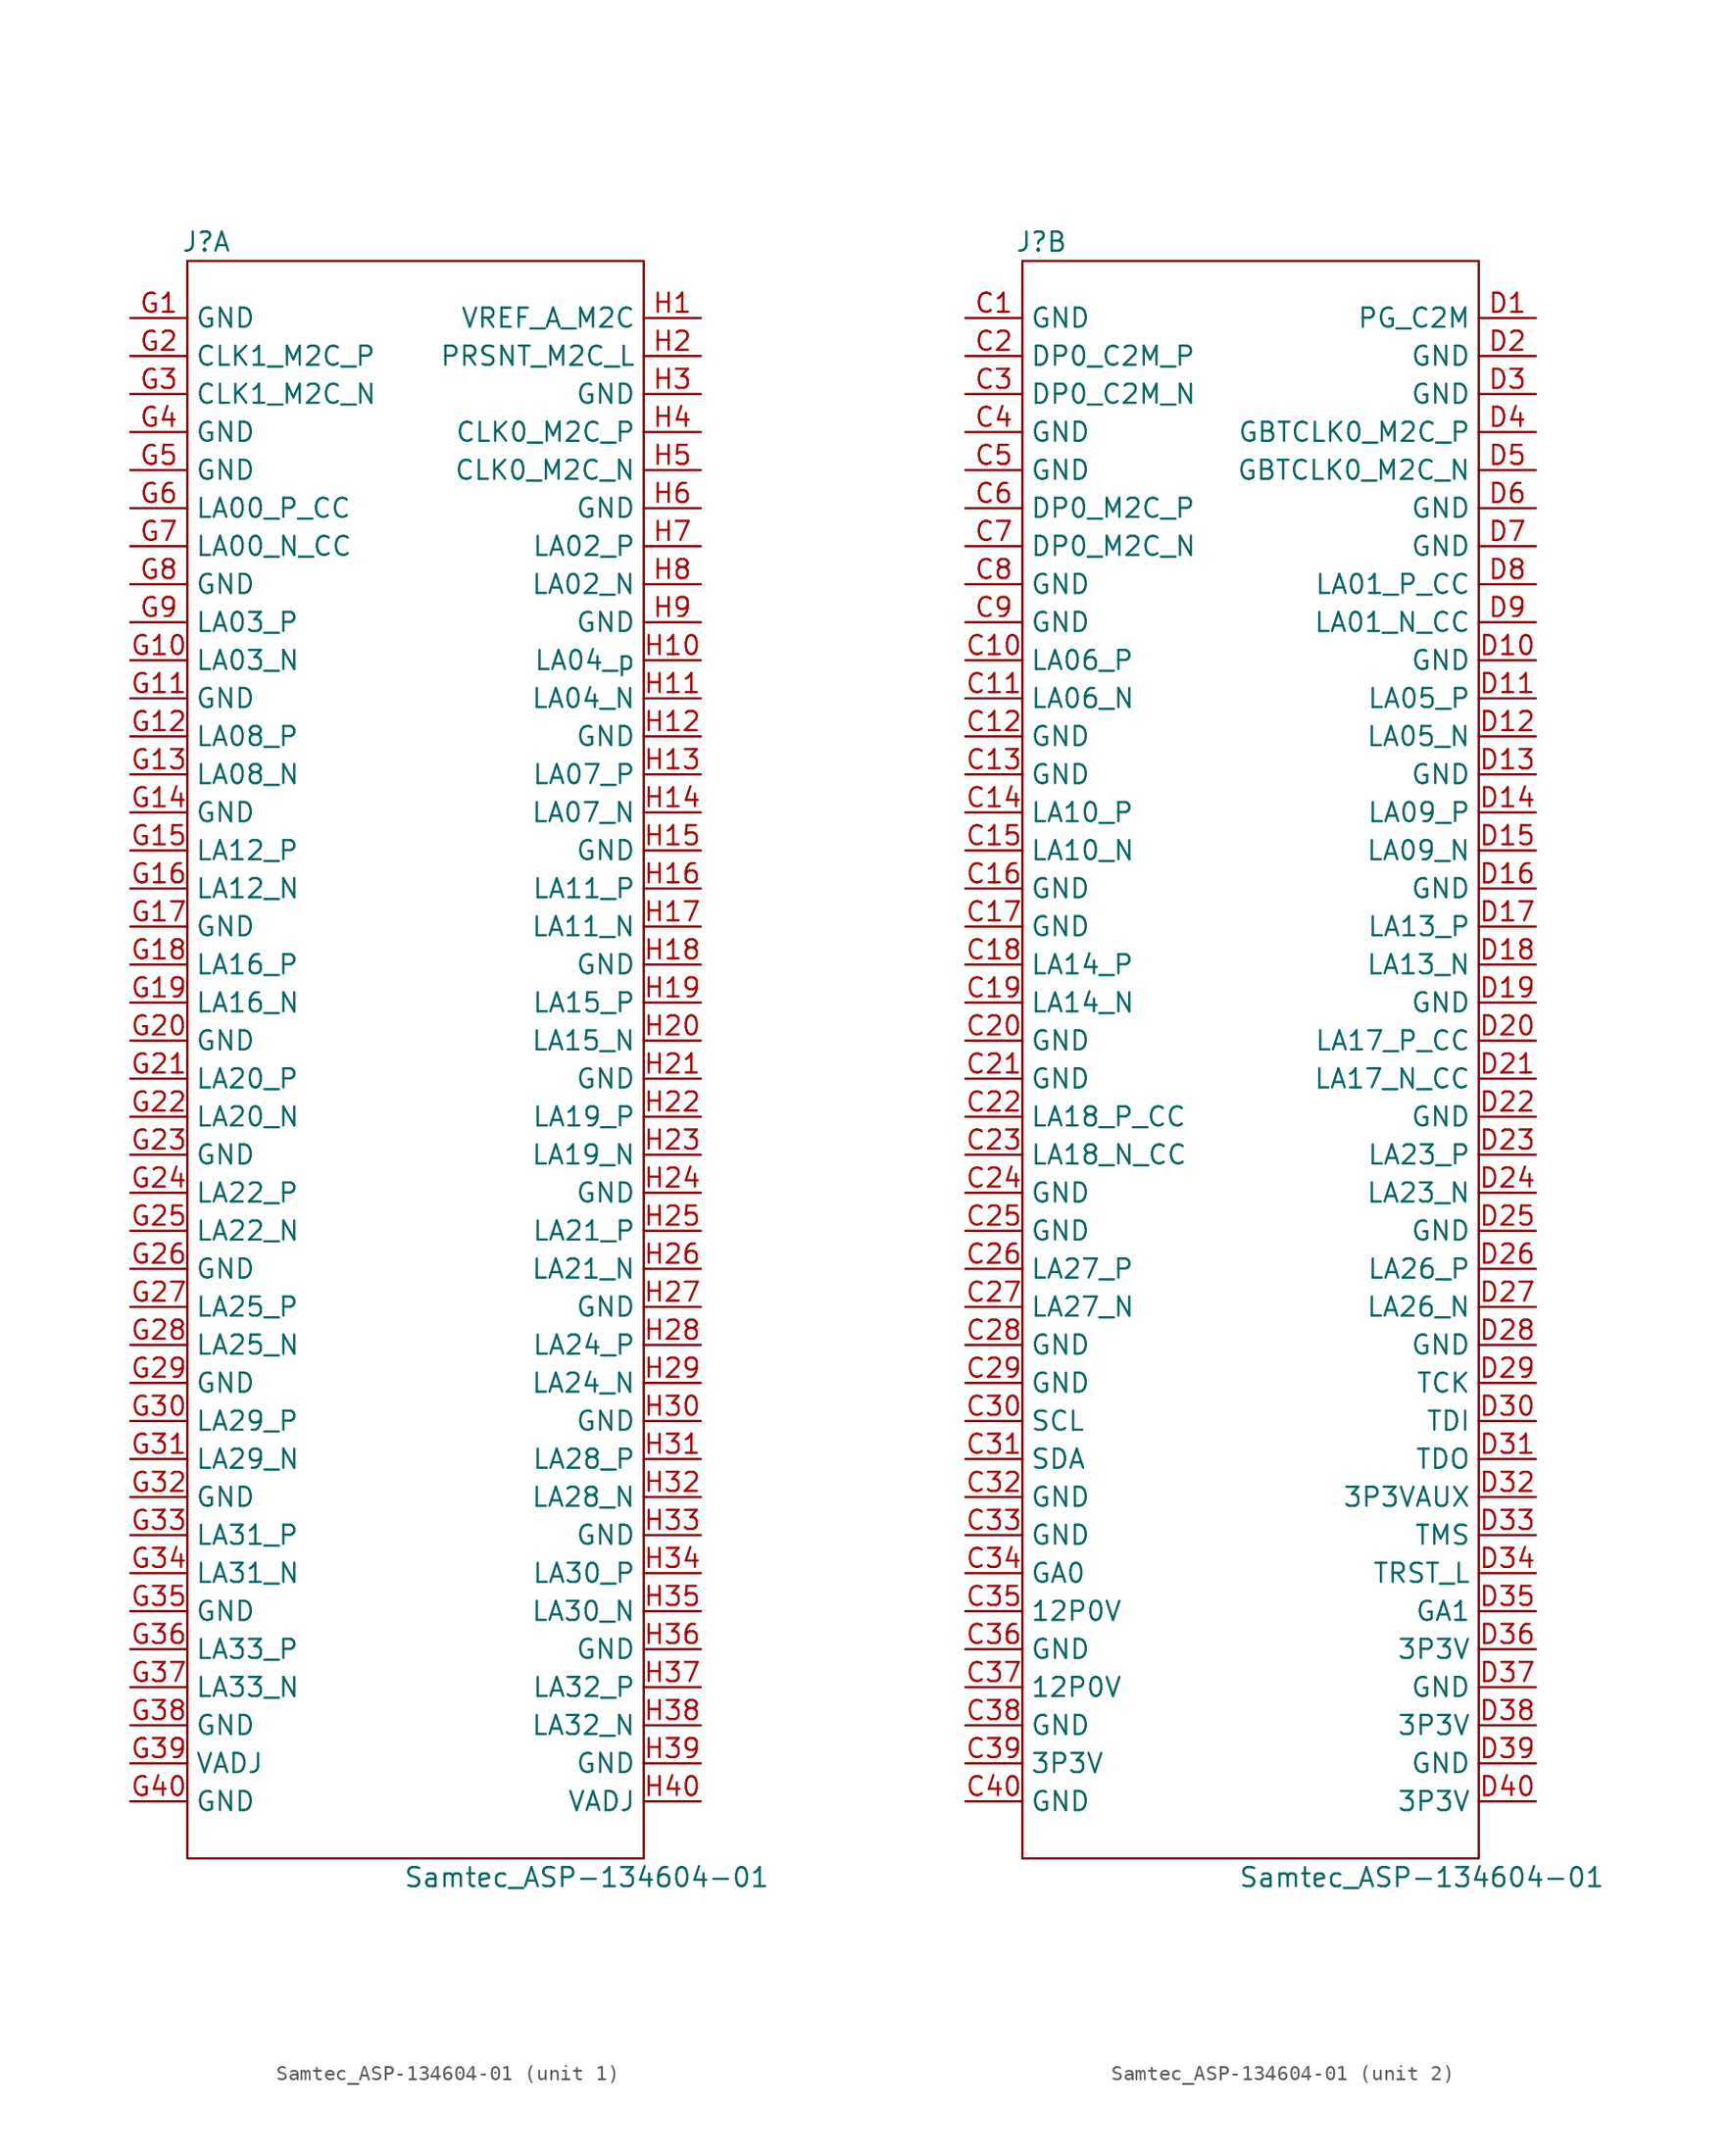
<source format=kicad_sym>
(kicad_symbol_lib
  (version 20211014)
  (generator kicad_symbol_editor)
  (symbol "Samtec_ASP-134604-01"
    (property "Reference" "J"
      (at -13.97 54.61 0)
      (effects (font (size 1.27 1.27))))
    (property "Value" "Samtec_ASP-134604-01"
      (at 11.43 -54.61 0)
      (effects (font (size 1.27 1.27))))
    (property "ki_locked" ""
      (at 0 0 0)
      (effects (font (size 1.27 1.27))))
    (symbol "Samtec_ASP-134604-01_0_1"
      (rectangle (start -15.24 53.34) (end 15.24 -53.34) (stroke (width 0) (type default) (color 0 0 0 0)) (fill (type none))))
    (symbol "Samtec_ASP-134604-01_1_1"
      (pin passive line (at -19.05 49.53 0) (length 3.81) (name "GND" (effects (font (size 1.27 1.27)))) (number "G1" (effects (font (size 1.27 1.27)))))
      (pin passive line (at -19.05 26.67 0) (length 3.81) (name "LA03_N" (effects (font (size 1.27 1.27)))) (number "G10" (effects (font (size 1.27 1.27)))))
      (pin passive line (at -19.05 24.13 0) (length 3.81) (name "GND" (effects (font (size 1.27 1.27)))) (number "G11" (effects (font (size 1.27 1.27)))))
      (pin passive line (at -19.05 21.59 0) (length 3.81) (name "LA08_P" (effects (font (size 1.27 1.27)))) (number "G12" (effects (font (size 1.27 1.27)))))
      (pin passive line (at -19.05 19.05 0) (length 3.81) (name "LA08_N" (effects (font (size 1.27 1.27)))) (number "G13" (effects (font (size 1.27 1.27)))))
      (pin passive line (at -19.05 16.51 0) (length 3.81) (name "GND" (effects (font (size 1.27 1.27)))) (number "G14" (effects (font (size 1.27 1.27)))))
      (pin passive line (at -19.05 13.97 0) (length 3.81) (name "LA12_P" (effects (font (size 1.27 1.27)))) (number "G15" (effects (font (size 1.27 1.27)))))
      (pin passive line (at -19.05 11.43 0) (length 3.81) (name "LA12_N" (effects (font (size 1.27 1.27)))) (number "G16" (effects (font (size 1.27 1.27)))))
      (pin passive line (at -19.05 8.89 0) (length 3.81) (name "GND" (effects (font (size 1.27 1.27)))) (number "G17" (effects (font (size 1.27 1.27)))))
      (pin passive line (at -19.05 6.35 0) (length 3.81) (name "LA16_P" (effects (font (size 1.27 1.27)))) (number "G18" (effects (font (size 1.27 1.27)))))
      (pin passive line (at -19.05 3.81 0) (length 3.81) (name "LA16_N" (effects (font (size 1.27 1.27)))) (number "G19" (effects (font (size 1.27 1.27)))))
      (pin output line (at -19.05 46.99 0) (length 3.81) (name "CLK1_M2C_P" (effects (font (size 1.27 1.27)))) (number "G2" (effects (font (size 1.27 1.27)))))
      (pin passive line (at -19.05 1.27 0) (length 3.81) (name "GND" (effects (font (size 1.27 1.27)))) (number "G20" (effects (font (size 1.27 1.27)))))
      (pin passive line (at -19.05 -1.27 0) (length 3.81) (name "LA20_P" (effects (font (size 1.27 1.27)))) (number "G21" (effects (font (size 1.27 1.27)))))
      (pin passive line (at -19.05 -3.81 0) (length 3.81) (name "LA20_N" (effects (font (size 1.27 1.27)))) (number "G22" (effects (font (size 1.27 1.27)))))
      (pin passive line (at -19.05 -6.35 0) (length 3.81) (name "GND" (effects (font (size 1.27 1.27)))) (number "G23" (effects (font (size 1.27 1.27)))))
      (pin passive line (at -19.05 -8.89 0) (length 3.81) (name "LA22_P" (effects (font (size 1.27 1.27)))) (number "G24" (effects (font (size 1.27 1.27)))))
      (pin passive line (at -19.05 -11.43 0) (length 3.81) (name "LA22_N" (effects (font (size 1.27 1.27)))) (number "G25" (effects (font (size 1.27 1.27)))))
      (pin passive line (at -19.05 -13.97 0) (length 3.81) (name "GND" (effects (font (size 1.27 1.27)))) (number "G26" (effects (font (size 1.27 1.27)))))
      (pin passive line (at -19.05 -16.51 0) (length 3.81) (name "LA25_P" (effects (font (size 1.27 1.27)))) (number "G27" (effects (font (size 1.27 1.27)))))
      (pin passive line (at -19.05 -19.05 0) (length 3.81) (name "LA25_N" (effects (font (size 1.27 1.27)))) (number "G28" (effects (font (size 1.27 1.27)))))
      (pin passive line (at -19.05 -21.59 0) (length 3.81) (name "GND" (effects (font (size 1.27 1.27)))) (number "G29" (effects (font (size 1.27 1.27)))))
      (pin output line (at -19.05 44.45 0) (length 3.81) (name "CLK1_M2C_N" (effects (font (size 1.27 1.27)))) (number "G3" (effects (font (size 1.27 1.27)))))
      (pin passive line (at -19.05 -24.13 0) (length 3.81) (name "LA29_P" (effects (font (size 1.27 1.27)))) (number "G30" (effects (font (size 1.27 1.27)))))
      (pin passive line (at -19.05 -26.67 0) (length 3.81) (name "LA29_N" (effects (font (size 1.27 1.27)))) (number "G31" (effects (font (size 1.27 1.27)))))
      (pin passive line (at -19.05 -29.21 0) (length 3.81) (name "GND" (effects (font (size 1.27 1.27)))) (number "G32" (effects (font (size 1.27 1.27)))))
      (pin passive line (at -19.05 -31.75 0) (length 3.81) (name "LA31_P" (effects (font (size 1.27 1.27)))) (number "G33" (effects (font (size 1.27 1.27)))))
      (pin passive line (at -19.05 -34.29 0) (length 3.81) (name "LA31_N" (effects (font (size 1.27 1.27)))) (number "G34" (effects (font (size 1.27 1.27)))))
      (pin passive line (at -19.05 -36.83 0) (length 3.81) (name "GND" (effects (font (size 1.27 1.27)))) (number "G35" (effects (font (size 1.27 1.27)))))
      (pin passive line (at -19.05 -39.37 0) (length 3.81) (name "LA33_P" (effects (font (size 1.27 1.27)))) (number "G36" (effects (font (size 1.27 1.27)))))
      (pin passive line (at -19.05 -41.91 0) (length 3.81) (name "LA33_N" (effects (font (size 1.27 1.27)))) (number "G37" (effects (font (size 1.27 1.27)))))
      (pin passive line (at -19.05 -44.45 0) (length 3.81) (name "GND" (effects (font (size 1.27 1.27)))) (number "G38" (effects (font (size 1.27 1.27)))))
      (pin passive line (at -19.05 -46.99 0) (length 3.81) (name "VADJ" (effects (font (size 1.27 1.27)))) (number "G39" (effects (font (size 1.27 1.27)))))
      (pin passive line (at -19.05 41.91 0) (length 3.81) (name "GND" (effects (font (size 1.27 1.27)))) (number "G4" (effects (font (size 1.27 1.27)))))
      (pin passive line (at -19.05 -49.53 0) (length 3.81) (name "GND" (effects (font (size 1.27 1.27)))) (number "G40" (effects (font (size 1.27 1.27)))))
      (pin passive line (at -19.05 39.37 0) (length 3.81) (name "GND" (effects (font (size 1.27 1.27)))) (number "G5" (effects (font (size 1.27 1.27)))))
      (pin passive line (at -19.05 36.83 0) (length 3.81) (name "LA00_P_CC" (effects (font (size 1.27 1.27)))) (number "G6" (effects (font (size 1.27 1.27)))))
      (pin passive line (at -19.05 34.29 0) (length 3.81) (name "LA00_N_CC" (effects (font (size 1.27 1.27)))) (number "G7" (effects (font (size 1.27 1.27)))))
      (pin passive line (at -19.05 31.75 0) (length 3.81) (name "GND" (effects (font (size 1.27 1.27)))) (number "G8" (effects (font (size 1.27 1.27)))))
      (pin passive line (at -19.05 29.21 0) (length 3.81) (name "LA03_P" (effects (font (size 1.27 1.27)))) (number "G9" (effects (font (size 1.27 1.27)))))
      (pin passive line (at 19.05 49.53 180) (length 3.81) (name "VREF_A_M2C" (effects (font (size 1.27 1.27)))) (number "H1" (effects (font (size 1.27 1.27)))))
      (pin passive line (at 19.05 26.67 180) (length 3.81) (name "LA04_p" (effects (font (size 1.27 1.27)))) (number "H10" (effects (font (size 1.27 1.27)))))
      (pin passive line (at 19.05 24.13 180) (length 3.81) (name "LA04_N" (effects (font (size 1.27 1.27)))) (number "H11" (effects (font (size 1.27 1.27)))))
      (pin passive line (at 19.05 21.59 180) (length 3.81) (name "GND" (effects (font (size 1.27 1.27)))) (number "H12" (effects (font (size 1.27 1.27)))))
      (pin passive line (at 19.05 19.05 180) (length 3.81) (name "LA07_P" (effects (font (size 1.27 1.27)))) (number "H13" (effects (font (size 1.27 1.27)))))
      (pin passive line (at 19.05 16.51 180) (length 3.81) (name "LA07_N" (effects (font (size 1.27 1.27)))) (number "H14" (effects (font (size 1.27 1.27)))))
      (pin passive line (at 19.05 13.97 180) (length 3.81) (name "GND" (effects (font (size 1.27 1.27)))) (number "H15" (effects (font (size 1.27 1.27)))))
      (pin passive line (at 19.05 11.43 180) (length 3.81) (name "LA11_P" (effects (font (size 1.27 1.27)))) (number "H16" (effects (font (size 1.27 1.27)))))
      (pin passive line (at 19.05 8.89 180) (length 3.81) (name "LA11_N" (effects (font (size 1.27 1.27)))) (number "H17" (effects (font (size 1.27 1.27)))))
      (pin passive line (at 19.05 6.35 180) (length 3.81) (name "GND" (effects (font (size 1.27 1.27)))) (number "H18" (effects (font (size 1.27 1.27)))))
      (pin passive line (at 19.05 3.81 180) (length 3.81) (name "LA15_P" (effects (font (size 1.27 1.27)))) (number "H19" (effects (font (size 1.27 1.27)))))
      (pin passive line (at 19.05 46.99 180) (length 3.81) (name "PRSNT_M2C_L" (effects (font (size 1.27 1.27)))) (number "H2" (effects (font (size 1.27 1.27)))))
      (pin passive line (at 19.05 1.27 180) (length 3.81) (name "LA15_N" (effects (font (size 1.27 1.27)))) (number "H20" (effects (font (size 1.27 1.27)))))
      (pin passive line (at 19.05 -1.27 180) (length 3.81) (name "GND" (effects (font (size 1.27 1.27)))) (number "H21" (effects (font (size 1.27 1.27)))))
      (pin passive line (at 19.05 -3.81 180) (length 3.81) (name "LA19_P" (effects (font (size 1.27 1.27)))) (number "H22" (effects (font (size 1.27 1.27)))))
      (pin passive line (at 19.05 -6.35 180) (length 3.81) (name "LA19_N" (effects (font (size 1.27 1.27)))) (number "H23" (effects (font (size 1.27 1.27)))))
      (pin passive line (at 19.05 -8.89 180) (length 3.81) (name "GND" (effects (font (size 1.27 1.27)))) (number "H24" (effects (font (size 1.27 1.27)))))
      (pin passive line (at 19.05 -11.43 180) (length 3.81) (name "LA21_P" (effects (font (size 1.27 1.27)))) (number "H25" (effects (font (size 1.27 1.27)))))
      (pin passive line (at 19.05 -13.97 180) (length 3.81) (name "LA21_N" (effects (font (size 1.27 1.27)))) (number "H26" (effects (font (size 1.27 1.27)))))
      (pin passive line (at 19.05 -16.51 180) (length 3.81) (name "GND" (effects (font (size 1.27 1.27)))) (number "H27" (effects (font (size 1.27 1.27)))))
      (pin passive line (at 19.05 -19.05 180) (length 3.81) (name "LA24_P" (effects (font (size 1.27 1.27)))) (number "H28" (effects (font (size 1.27 1.27)))))
      (pin passive line (at 19.05 -21.59 180) (length 3.81) (name "LA24_N" (effects (font (size 1.27 1.27)))) (number "H29" (effects (font (size 1.27 1.27)))))
      (pin passive line (at 19.05 44.45 180) (length 3.81) (name "GND" (effects (font (size 1.27 1.27)))) (number "H3" (effects (font (size 1.27 1.27)))))
      (pin passive line (at 19.05 -24.13 180) (length 3.81) (name "GND" (effects (font (size 1.27 1.27)))) (number "H30" (effects (font (size 1.27 1.27)))))
      (pin passive line (at 19.05 -26.67 180) (length 3.81) (name "LA28_P" (effects (font (size 1.27 1.27)))) (number "H31" (effects (font (size 1.27 1.27)))))
      (pin passive line (at 19.05 -29.21 180) (length 3.81) (name "LA28_N" (effects (font (size 1.27 1.27)))) (number "H32" (effects (font (size 1.27 1.27)))))
      (pin passive line (at 19.05 -31.75 180) (length 3.81) (name "GND" (effects (font (size 1.27 1.27)))) (number "H33" (effects (font (size 1.27 1.27)))))
      (pin passive line (at 19.05 -34.29 180) (length 3.81) (name "LA30_P" (effects (font (size 1.27 1.27)))) (number "H34" (effects (font (size 1.27 1.27)))))
      (pin passive line (at 19.05 -36.83 180) (length 3.81) (name "LA30_N" (effects (font (size 1.27 1.27)))) (number "H35" (effects (font (size 1.27 1.27)))))
      (pin passive line (at 19.05 -39.37 180) (length 3.81) (name "GND" (effects (font (size 1.27 1.27)))) (number "H36" (effects (font (size 1.27 1.27)))))
      (pin passive line (at 19.05 -41.91 180) (length 3.81) (name "LA32_P" (effects (font (size 1.27 1.27)))) (number "H37" (effects (font (size 1.27 1.27)))))
      (pin passive line (at 19.05 -44.45 180) (length 3.81) (name "LA32_N" (effects (font (size 1.27 1.27)))) (number "H38" (effects (font (size 1.27 1.27)))))
      (pin passive line (at 19.05 -46.99 180) (length 3.81) (name "GND" (effects (font (size 1.27 1.27)))) (number "H39" (effects (font (size 1.27 1.27)))))
      (pin output line (at 19.05 41.91 180) (length 3.81) (name "CLK0_M2C_P" (effects (font (size 1.27 1.27)))) (number "H4" (effects (font (size 1.27 1.27)))))
      (pin passive line (at 19.05 -49.53 180) (length 3.81) (name "VADJ" (effects (font (size 1.27 1.27)))) (number "H40" (effects (font (size 1.27 1.27)))))
      (pin output line (at 19.05 39.37 180) (length 3.81) (name "CLK0_M2C_N" (effects (font (size 1.27 1.27)))) (number "H5" (effects (font (size 1.27 1.27)))))
      (pin passive line (at 19.05 36.83 180) (length 3.81) (name "GND" (effects (font (size 1.27 1.27)))) (number "H6" (effects (font (size 1.27 1.27)))))
      (pin passive line (at 19.05 34.29 180) (length 3.81) (name "LA02_P" (effects (font (size 1.27 1.27)))) (number "H7" (effects (font (size 1.27 1.27)))))
      (pin passive line (at 19.05 31.75 180) (length 3.81) (name "LA02_N" (effects (font (size 1.27 1.27)))) (number "H8" (effects (font (size 1.27 1.27)))))
      (pin passive line (at 19.05 29.21 180) (length 3.81) (name "GND" (effects (font (size 1.27 1.27)))) (number "H9" (effects (font (size 1.27 1.27))))))
    (symbol "Samtec_ASP-134604-01_2_1"
      (pin passive line (at -19.05 49.53 0) (length 3.81) (name "GND" (effects (font (size 1.27 1.27)))) (number "C1" (effects (font (size 1.27 1.27)))))
      (pin passive line (at -19.05 26.67 0) (length 3.81) (name "LA06_P" (effects (font (size 1.27 1.27)))) (number "C10" (effects (font (size 1.27 1.27)))))
      (pin passive line (at -19.05 24.13 0) (length 3.81) (name "LA06_N" (effects (font (size 1.27 1.27)))) (number "C11" (effects (font (size 1.27 1.27)))))
      (pin passive line (at -19.05 21.59 0) (length 3.81) (name "GND" (effects (font (size 1.27 1.27)))) (number "C12" (effects (font (size 1.27 1.27)))))
      (pin passive line (at -19.05 19.05 0) (length 3.81) (name "GND" (effects (font (size 1.27 1.27)))) (number "C13" (effects (font (size 1.27 1.27)))))
      (pin passive line (at -19.05 16.51 0) (length 3.81) (name "LA10_P" (effects (font (size 1.27 1.27)))) (number "C14" (effects (font (size 1.27 1.27)))))
      (pin passive line (at -19.05 13.97 0) (length 3.81) (name "LA10_N" (effects (font (size 1.27 1.27)))) (number "C15" (effects (font (size 1.27 1.27)))))
      (pin passive line (at -19.05 11.43 0) (length 3.81) (name "GND" (effects (font (size 1.27 1.27)))) (number "C16" (effects (font (size 1.27 1.27)))))
      (pin passive line (at -19.05 8.89 0) (length 3.81) (name "GND" (effects (font (size 1.27 1.27)))) (number "C17" (effects (font (size 1.27 1.27)))))
      (pin passive line (at -19.05 6.35 0) (length 3.81) (name "LA14_P" (effects (font (size 1.27 1.27)))) (number "C18" (effects (font (size 1.27 1.27)))))
      (pin passive line (at -19.05 3.81 0) (length 3.81) (name "LA14_N" (effects (font (size 1.27 1.27)))) (number "C19" (effects (font (size 1.27 1.27)))))
      (pin passive line (at -19.05 46.99 0) (length 3.81) (name "DP0_C2M_P" (effects (font (size 1.27 1.27)))) (number "C2" (effects (font (size 1.27 1.27)))))
      (pin passive line (at -19.05 1.27 0) (length 3.81) (name "GND" (effects (font (size 1.27 1.27)))) (number "C20" (effects (font (size 1.27 1.27)))))
      (pin passive line (at -19.05 -1.27 0) (length 3.81) (name "GND" (effects (font (size 1.27 1.27)))) (number "C21" (effects (font (size 1.27 1.27)))))
      (pin passive line (at -19.05 -3.81 0) (length 3.81) (name "LA18_P_CC" (effects (font (size 1.27 1.27)))) (number "C22" (effects (font (size 1.27 1.27)))))
      (pin passive line (at -19.05 -6.35 0) (length 3.81) (name "LA18_N_CC" (effects (font (size 1.27 1.27)))) (number "C23" (effects (font (size 1.27 1.27)))))
      (pin passive line (at -19.05 -8.89 0) (length 3.81) (name "GND" (effects (font (size 1.27 1.27)))) (number "C24" (effects (font (size 1.27 1.27)))))
      (pin passive line (at -19.05 -11.43 0) (length 3.81) (name "GND" (effects (font (size 1.27 1.27)))) (number "C25" (effects (font (size 1.27 1.27)))))
      (pin passive line (at -19.05 -13.97 0) (length 3.81) (name "LA27_P" (effects (font (size 1.27 1.27)))) (number "C26" (effects (font (size 1.27 1.27)))))
      (pin passive line (at -19.05 -16.51 0) (length 3.81) (name "LA27_N" (effects (font (size 1.27 1.27)))) (number "C27" (effects (font (size 1.27 1.27)))))
      (pin passive line (at -19.05 -19.05 0) (length 3.81) (name "GND" (effects (font (size 1.27 1.27)))) (number "C28" (effects (font (size 1.27 1.27)))))
      (pin passive line (at -19.05 -21.59 0) (length 3.81) (name "GND" (effects (font (size 1.27 1.27)))) (number "C29" (effects (font (size 1.27 1.27)))))
      (pin passive line (at -19.05 44.45 0) (length 3.81) (name "DP0_C2M_N" (effects (font (size 1.27 1.27)))) (number "C3" (effects (font (size 1.27 1.27)))))
      (pin passive line (at -19.05 -24.13 0) (length 3.81) (name "SCL" (effects (font (size 1.27 1.27)))) (number "C30" (effects (font (size 1.27 1.27)))))
      (pin passive line (at -19.05 -26.67 0) (length 3.81) (name "SDA" (effects (font (size 1.27 1.27)))) (number "C31" (effects (font (size 1.27 1.27)))))
      (pin passive line (at -19.05 -29.21 0) (length 3.81) (name "GND" (effects (font (size 1.27 1.27)))) (number "C32" (effects (font (size 1.27 1.27)))))
      (pin passive line (at -19.05 -31.75 0) (length 3.81) (name "GND" (effects (font (size 1.27 1.27)))) (number "C33" (effects (font (size 1.27 1.27)))))
      (pin passive line (at -19.05 -34.29 0) (length 3.81) (name "GA0" (effects (font (size 1.27 1.27)))) (number "C34" (effects (font (size 1.27 1.27)))))
      (pin passive line (at -19.05 -36.83 0) (length 3.81) (name "12P0V" (effects (font (size 1.27 1.27)))) (number "C35" (effects (font (size 1.27 1.27)))))
      (pin passive line (at -19.05 -39.37 0) (length 3.81) (name "GND" (effects (font (size 1.27 1.27)))) (number "C36" (effects (font (size 1.27 1.27)))))
      (pin passive line (at -19.05 -41.91 0) (length 3.81) (name "12P0V" (effects (font (size 1.27 1.27)))) (number "C37" (effects (font (size 1.27 1.27)))))
      (pin passive line (at -19.05 -44.45 0) (length 3.81) (name "GND" (effects (font (size 1.27 1.27)))) (number "C38" (effects (font (size 1.27 1.27)))))
      (pin passive line (at -19.05 -46.99 0) (length 3.81) (name "3P3V" (effects (font (size 1.27 1.27)))) (number "C39" (effects (font (size 1.27 1.27)))))
      (pin passive line (at -19.05 41.91 0) (length 3.81) (name "GND" (effects (font (size 1.27 1.27)))) (number "C4" (effects (font (size 1.27 1.27)))))
      (pin passive line (at -19.05 -49.53 0) (length 3.81) (name "GND" (effects (font (size 1.27 1.27)))) (number "C40" (effects (font (size 1.27 1.27)))))
      (pin passive line (at -19.05 39.37 0) (length 3.81) (name "GND" (effects (font (size 1.27 1.27)))) (number "C5" (effects (font (size 1.27 1.27)))))
      (pin passive line (at -19.05 36.83 0) (length 3.81) (name "DP0_M2C_P" (effects (font (size 1.27 1.27)))) (number "C6" (effects (font (size 1.27 1.27)))))
      (pin passive line (at -19.05 34.29 0) (length 3.81) (name "DP0_M2C_N" (effects (font (size 1.27 1.27)))) (number "C7" (effects (font (size 1.27 1.27)))))
      (pin passive line (at -19.05 31.75 0) (length 3.81) (name "GND" (effects (font (size 1.27 1.27)))) (number "C8" (effects (font (size 1.27 1.27)))))
      (pin passive line (at -19.05 29.21 0) (length 3.81) (name "GND" (effects (font (size 1.27 1.27)))) (number "C9" (effects (font (size 1.27 1.27)))))
      (pin passive line (at 19.05 49.53 180) (length 3.81) (name "PG_C2M" (effects (font (size 1.27 1.27)))) (number "D1" (effects (font (size 1.27 1.27)))))
      (pin passive line (at 19.05 26.67 180) (length 3.81) (name "GND" (effects (font (size 1.27 1.27)))) (number "D10" (effects (font (size 1.27 1.27)))))
      (pin passive line (at 19.05 24.13 180) (length 3.81) (name "LA05_P" (effects (font (size 1.27 1.27)))) (number "D11" (effects (font (size 1.27 1.27)))))
      (pin passive line (at 19.05 21.59 180) (length 3.81) (name "LA05_N" (effects (font (size 1.27 1.27)))) (number "D12" (effects (font (size 1.27 1.27)))))
      (pin passive line (at 19.05 19.05 180) (length 3.81) (name "GND" (effects (font (size 1.27 1.27)))) (number "D13" (effects (font (size 1.27 1.27)))))
      (pin passive line (at 19.05 16.51 180) (length 3.81) (name "LA09_P" (effects (font (size 1.27 1.27)))) (number "D14" (effects (font (size 1.27 1.27)))))
      (pin passive line (at 19.05 13.97 180) (length 3.81) (name "LA09_N" (effects (font (size 1.27 1.27)))) (number "D15" (effects (font (size 1.27 1.27)))))
      (pin passive line (at 19.05 11.43 180) (length 3.81) (name "GND" (effects (font (size 1.27 1.27)))) (number "D16" (effects (font (size 1.27 1.27)))))
      (pin passive line (at 19.05 8.89 180) (length 3.81) (name "LA13_P" (effects (font (size 1.27 1.27)))) (number "D17" (effects (font (size 1.27 1.27)))))
      (pin passive line (at 19.05 6.35 180) (length 3.81) (name "LA13_N" (effects (font (size 1.27 1.27)))) (number "D18" (effects (font (size 1.27 1.27)))))
      (pin passive line (at 19.05 3.81 180) (length 3.81) (name "GND" (effects (font (size 1.27 1.27)))) (number "D19" (effects (font (size 1.27 1.27)))))
      (pin passive line (at 19.05 46.99 180) (length 3.81) (name "GND" (effects (font (size 1.27 1.27)))) (number "D2" (effects (font (size 1.27 1.27)))))
      (pin passive line (at 19.05 1.27 180) (length 3.81) (name "LA17_P_CC" (effects (font (size 1.27 1.27)))) (number "D20" (effects (font (size 1.27 1.27)))))
      (pin passive line (at 19.05 -1.27 180) (length 3.81) (name "LA17_N_CC" (effects (font (size 1.27 1.27)))) (number "D21" (effects (font (size 1.27 1.27)))))
      (pin passive line (at 19.05 -3.81 180) (length 3.81) (name "GND" (effects (font (size 1.27 1.27)))) (number "D22" (effects (font (size 1.27 1.27)))))
      (pin passive line (at 19.05 -6.35 180) (length 3.81) (name "LA23_P" (effects (font (size 1.27 1.27)))) (number "D23" (effects (font (size 1.27 1.27)))))
      (pin passive line (at 19.05 -8.89 180) (length 3.81) (name "LA23_N" (effects (font (size 1.27 1.27)))) (number "D24" (effects (font (size 1.27 1.27)))))
      (pin passive line (at 19.05 -11.43 180) (length 3.81) (name "GND" (effects (font (size 1.27 1.27)))) (number "D25" (effects (font (size 1.27 1.27)))))
      (pin passive line (at 19.05 -13.97 180) (length 3.81) (name "LA26_P" (effects (font (size 1.27 1.27)))) (number "D26" (effects (font (size 1.27 1.27)))))
      (pin passive line (at 19.05 -16.51 180) (length 3.81) (name "LA26_N" (effects (font (size 1.27 1.27)))) (number "D27" (effects (font (size 1.27 1.27)))))
      (pin passive line (at 19.05 -19.05 180) (length 3.81) (name "GND" (effects (font (size 1.27 1.27)))) (number "D28" (effects (font (size 1.27 1.27)))))
      (pin passive line (at 19.05 -21.59 180) (length 3.81) (name "TCK" (effects (font (size 1.27 1.27)))) (number "D29" (effects (font (size 1.27 1.27)))))
      (pin passive line (at 19.05 44.45 180) (length 3.81) (name "GND" (effects (font (size 1.27 1.27)))) (number "D3" (effects (font (size 1.27 1.27)))))
      (pin passive line (at 19.05 -24.13 180) (length 3.81) (name "TDI" (effects (font (size 1.27 1.27)))) (number "D30" (effects (font (size 1.27 1.27)))))
      (pin passive line (at 19.05 -26.67 180) (length 3.81) (name "TDO" (effects (font (size 1.27 1.27)))) (number "D31" (effects (font (size 1.27 1.27)))))
      (pin passive line (at 19.05 -29.21 180) (length 3.81) (name "3P3VAUX" (effects (font (size 1.27 1.27)))) (number "D32" (effects (font (size 1.27 1.27)))))
      (pin passive line (at 19.05 -31.75 180) (length 3.81) (name "TMS" (effects (font (size 1.27 1.27)))) (number "D33" (effects (font (size 1.27 1.27)))))
      (pin passive line (at 19.05 -34.29 180) (length 3.81) (name "TRST_L" (effects (font (size 1.27 1.27)))) (number "D34" (effects (font (size 1.27 1.27)))))
      (pin passive line (at 19.05 -36.83 180) (length 3.81) (name "GA1" (effects (font (size 1.27 1.27)))) (number "D35" (effects (font (size 1.27 1.27)))))
      (pin passive line (at 19.05 -39.37 180) (length 3.81) (name "3P3V" (effects (font (size 1.27 1.27)))) (number "D36" (effects (font (size 1.27 1.27)))))
      (pin passive line (at 19.05 -41.91 180) (length 3.81) (name "GND" (effects (font (size 1.27 1.27)))) (number "D37" (effects (font (size 1.27 1.27)))))
      (pin passive line (at 19.05 -44.45 180) (length 3.81) (name "3P3V" (effects (font (size 1.27 1.27)))) (number "D38" (effects (font (size 1.27 1.27)))))
      (pin passive line (at 19.05 -46.99 180) (length 3.81) (name "GND" (effects (font (size 1.27 1.27)))) (number "D39" (effects (font (size 1.27 1.27)))))
      (pin passive line (at 19.05 41.91 180) (length 3.81) (name "GBTCLK0_M2C_P" (effects (font (size 1.27 1.27)))) (number "D4" (effects (font (size 1.27 1.27)))))
      (pin passive line (at 19.05 -49.53 180) (length 3.81) (name "3P3V" (effects (font (size 1.27 1.27)))) (number "D40" (effects (font (size 1.27 1.27)))))
      (pin passive line (at 19.05 39.37 180) (length 3.81) (name "GBTCLK0_M2C_N" (effects (font (size 1.27 1.27)))) (number "D5" (effects (font (size 1.27 1.27)))))
      (pin passive line (at 19.05 36.83 180) (length 3.81) (name "GND" (effects (font (size 1.27 1.27)))) (number "D6" (effects (font (size 1.27 1.27)))))
      (pin passive line (at 19.05 34.29 180) (length 3.81) (name "GND" (effects (font (size 1.27 1.27)))) (number "D7" (effects (font (size 1.27 1.27)))))
      (pin passive line (at 19.05 31.75 180) (length 3.81) (name "LA01_P_CC" (effects (font (size 1.27 1.27)))) (number "D8" (effects (font (size 1.27 1.27)))))
      (pin passive line (at 19.05 29.21 180) (length 3.81) (name "LA01_N_CC" (effects (font (size 1.27 1.27)))) (number "D9" (effects (font (size 1.27 1.27))))))))
</source>
